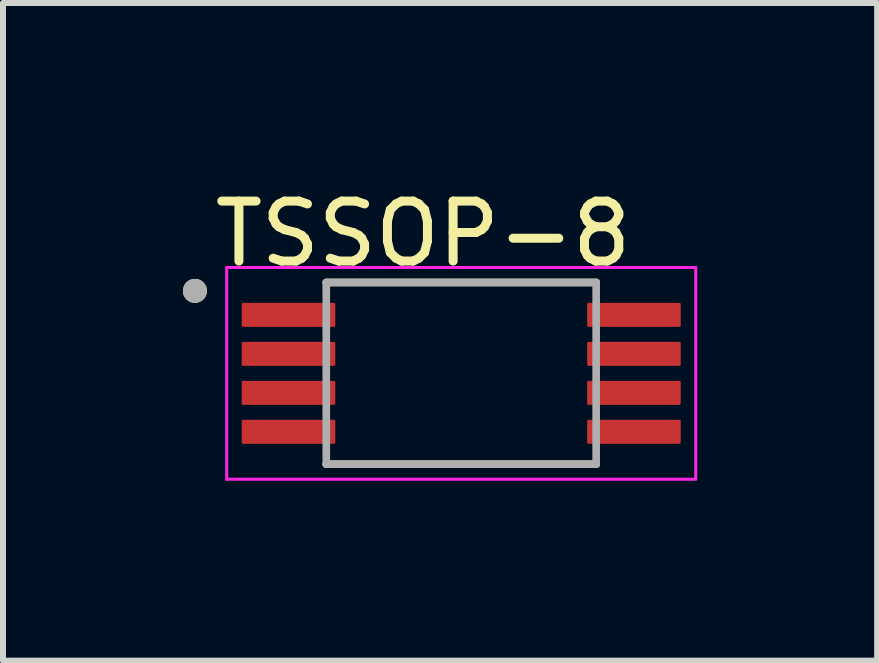
<source format=kicad_pcb>
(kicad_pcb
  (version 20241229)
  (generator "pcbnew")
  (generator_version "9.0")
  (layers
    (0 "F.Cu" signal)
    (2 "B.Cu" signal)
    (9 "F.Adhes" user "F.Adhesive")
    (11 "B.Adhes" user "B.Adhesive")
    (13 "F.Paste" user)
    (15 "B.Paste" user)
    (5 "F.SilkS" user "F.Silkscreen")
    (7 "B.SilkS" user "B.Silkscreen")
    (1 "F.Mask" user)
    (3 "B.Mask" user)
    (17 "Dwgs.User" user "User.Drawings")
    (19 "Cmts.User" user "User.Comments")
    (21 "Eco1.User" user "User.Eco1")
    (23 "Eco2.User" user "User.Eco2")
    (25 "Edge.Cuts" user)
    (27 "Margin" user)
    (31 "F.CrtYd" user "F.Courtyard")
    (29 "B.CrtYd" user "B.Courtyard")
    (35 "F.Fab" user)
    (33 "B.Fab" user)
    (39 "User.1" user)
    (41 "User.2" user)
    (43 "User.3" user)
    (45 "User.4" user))
  (footprint "TSSOP-8"
    (layer "F.Cu")
    (at 4.64 3.175)
    (property "Reference" "TSSOP-8" (at -0.635 -2.327 0) (layer "F.SilkS") (effects (font (size 1 1) (thickness 0.15))))
    (attr through_hole)
    (fp_line (start -2.25 -1.515) (end 2.25 -1.515) (stroke (width 0.127) (type solid)) (layer "F.SilkS"))
    (fp_line (start -2.25 1.515) (end 2.25 1.515) (stroke (width 0.127) (type solid)) (layer "F.SilkS"))
    (fp_circle (center -4.44 -1.375) (end -4.34 -1.375) (stroke (width 0.2) (type solid)) (fill no) (layer "F.SilkS"))
    (fp_line (start -3.91 -1.765) (end -3.91 1.765) (stroke (width 0.05) (type solid)) (layer "F.CrtYd"))
    (fp_line (start -3.91 -1.765) (end 3.91 -1.765) (stroke (width 0.05) (type solid)) (layer "F.CrtYd"))
    (fp_line (start -3.91 1.765) (end 3.91 1.765) (stroke (width 0.05) (type solid)) (layer "F.CrtYd"))
    (fp_line (start 3.91 -1.765) (end 3.91 1.765) (stroke (width 0.05) (type solid)) (layer "F.CrtYd"))
    (fp_line (start -2.25 -1.515) (end -2.25 1.515) (stroke (width 0.127) (type solid)) (layer "F.Fab"))
    (fp_line (start -2.25 -1.515) (end 2.25 -1.515) (stroke (width 0.127) (type solid)) (layer "F.Fab"))
    (fp_line (start -2.25 1.515) (end 2.25 1.515) (stroke (width 0.127) (type solid)) (layer "F.Fab"))
    (fp_line (start 2.25 -1.515) (end 2.25 1.515) (stroke (width 0.127) (type solid)) (layer "F.Fab"))
    (fp_circle (center -4.44 -1.375) (end -4.34 -1.375) (stroke (width 0.2) (type solid)) (fill no) (layer "F.Fab"))
    (pad "1" smd roundrect (at -2.88 -0.975) (size 1.56 0.4) (layers "F.Cu" "F.Mask" "F.Paste") (roundrect_rratio 0.05))
    (pad "2" smd roundrect (at -2.88 -0.325) (size 1.56 0.4) (layers "F.Cu" "F.Mask" "F.Paste") (roundrect_rratio 0.05))
    (pad "3" smd roundrect (at -2.88 0.325) (size 1.56 0.4) (layers "F.Cu" "F.Mask" "F.Paste") (roundrect_rratio 0.05))
    (pad "4" smd roundrect (at -2.88 0.975) (size 1.56 0.4) (layers "F.Cu" "F.Mask" "F.Paste") (roundrect_rratio 0.05))
    (pad "5" smd roundrect (at 2.88 0.975) (size 1.56 0.4) (layers "F.Cu" "F.Mask" "F.Paste") (roundrect_rratio 0.05))
    (pad "6" smd roundrect (at 2.88 0.325) (size 1.56 0.4) (layers "F.Cu" "F.Mask" "F.Paste") (roundrect_rratio 0.05))
    (pad "7" smd roundrect (at 2.88 -0.325) (size 1.56 0.4) (layers "F.Cu" "F.Mask" "F.Paste") (roundrect_rratio 0.05))
    (pad "8" smd roundrect (at 2.88 -0.975) (size 1.56 0.4) (layers "F.Cu" "F.Mask" "F.Paste") (roundrect_rratio 0.05)))
  (gr_rect
    (start -3 -3)
    (end 11.575 7.965)
    (stroke (width 0.1) (type default))
    (fill no)
    (layer "Edge.Cuts")))
</source>
